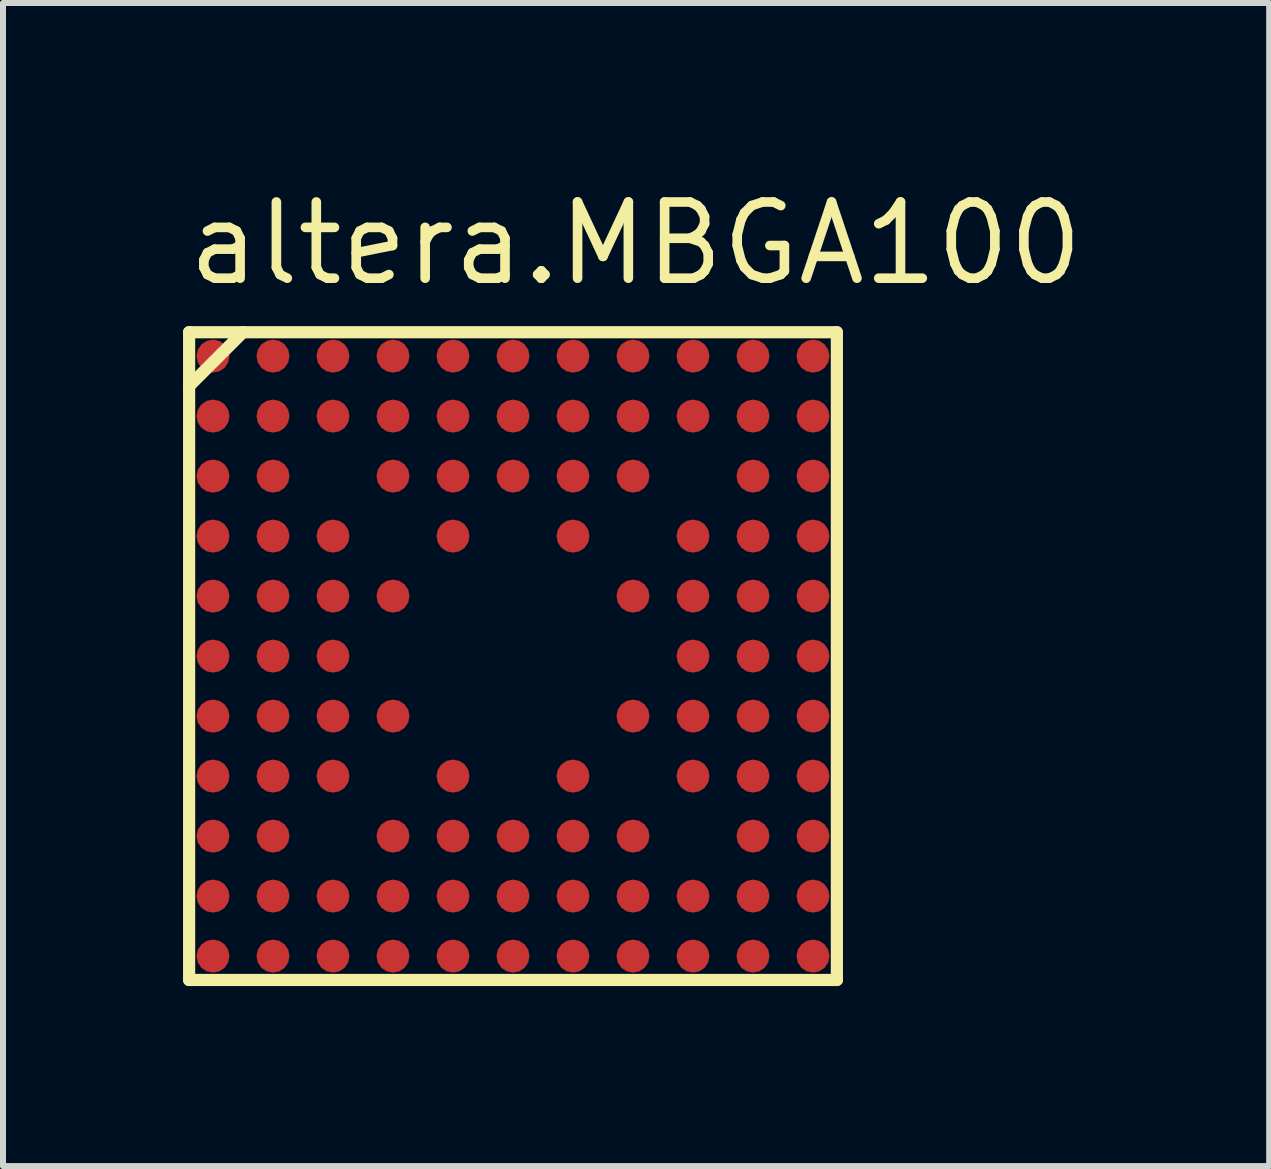
<source format=kicad_pcb>
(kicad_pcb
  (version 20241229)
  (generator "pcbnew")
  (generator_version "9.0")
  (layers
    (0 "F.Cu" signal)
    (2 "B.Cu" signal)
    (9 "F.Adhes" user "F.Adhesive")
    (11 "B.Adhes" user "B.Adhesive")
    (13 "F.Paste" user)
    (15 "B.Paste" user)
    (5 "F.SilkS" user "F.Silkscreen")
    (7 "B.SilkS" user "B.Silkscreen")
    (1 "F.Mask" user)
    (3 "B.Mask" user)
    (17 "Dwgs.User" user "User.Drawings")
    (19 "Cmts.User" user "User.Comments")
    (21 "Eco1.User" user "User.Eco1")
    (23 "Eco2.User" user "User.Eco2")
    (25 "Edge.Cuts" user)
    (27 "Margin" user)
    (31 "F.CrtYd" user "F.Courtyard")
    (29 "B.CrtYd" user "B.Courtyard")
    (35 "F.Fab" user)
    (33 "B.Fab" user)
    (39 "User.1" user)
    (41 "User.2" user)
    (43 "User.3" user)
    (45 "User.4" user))
  (footprint "altera.MBGA100"
    (layer "F.Cu")
    (at 5.5 7.885)
    (property "Reference" "altera.MBGA100" (at -5.5 -6.135 0) (layer "F.SilkS") (effects (font (size 1.27 1.27) (thickness 0.16)) (justify left bottom)))
    (attr smd)
    (fp_circle (center -5 -5) (end -4.775 -5) (stroke (width 0.1) (type default)) (fill no) (layer "F.Mask"))
    (fp_circle (center -5 -4) (end -4.775 -4) (stroke (width 0.1) (type default)) (fill no) (layer "F.Mask"))
    (fp_circle (center -5 -3) (end -4.775 -3) (stroke (width 0.1) (type default)) (fill no) (layer "F.Mask"))
    (fp_circle (center -5 -2) (end -4.775 -2) (stroke (width 0.1) (type default)) (fill no) (layer "F.Mask"))
    (fp_circle (center -5 -1) (end -4.775 -1) (stroke (width 0.1) (type default)) (fill no) (layer "F.Mask"))
    (fp_circle (center -5 0) (end -4.775 0) (stroke (width 0.1) (type default)) (fill no) (layer "F.Mask"))
    (fp_circle (center -5 1) (end -4.775 1) (stroke (width 0.1) (type default)) (fill no) (layer "F.Mask"))
    (fp_circle (center -5 2) (end -4.775 2) (stroke (width 0.1) (type default)) (fill no) (layer "F.Mask"))
    (fp_circle (center -5 3) (end -4.775 3) (stroke (width 0.1) (type default)) (fill no) (layer "F.Mask"))
    (fp_circle (center -5 4) (end -4.775 4) (stroke (width 0.1) (type default)) (fill no) (layer "F.Mask"))
    (fp_circle (center -5 5) (end -4.775 5) (stroke (width 0.1) (type default)) (fill no) (layer "F.Mask"))
    (fp_circle (center -4 -5) (end -3.775 -5) (stroke (width 0.1) (type default)) (fill no) (layer "F.Mask"))
    (fp_circle (center -4 -4) (end -3.775 -4) (stroke (width 0.1) (type default)) (fill no) (layer "F.Mask"))
    (fp_circle (center -4 -3) (end -3.775 -3) (stroke (width 0.1) (type default)) (fill no) (layer "F.Mask"))
    (fp_circle (center -4 -2) (end -3.775 -2) (stroke (width 0.1) (type default)) (fill no) (layer "F.Mask"))
    (fp_circle (center -4 -1) (end -3.775 -1) (stroke (width 0.1) (type default)) (fill no) (layer "F.Mask"))
    (fp_circle (center -4 0) (end -3.775 0) (stroke (width 0.1) (type default)) (fill no) (layer "F.Mask"))
    (fp_circle (center -4 1) (end -3.775 1) (stroke (width 0.1) (type default)) (fill no) (layer "F.Mask"))
    (fp_circle (center -4 2) (end -3.775 2) (stroke (width 0.1) (type default)) (fill no) (layer "F.Mask"))
    (fp_circle (center -4 3) (end -3.775 3) (stroke (width 0.1) (type default)) (fill no) (layer "F.Mask"))
    (fp_circle (center -4 4) (end -3.775 4) (stroke (width 0.1) (type default)) (fill no) (layer "F.Mask"))
    (fp_circle (center -4 5) (end -3.775 5) (stroke (width 0.1) (type default)) (fill no) (layer "F.Mask"))
    (fp_circle (center -3 -5) (end -2.775 -5) (stroke (width 0.1) (type default)) (fill no) (layer "F.Mask"))
    (fp_circle (center -3 -4) (end -2.775 -4) (stroke (width 0.1) (type default)) (fill no) (layer "F.Mask"))
    (fp_circle (center -3 -2) (end -2.775 -2) (stroke (width 0.1) (type default)) (fill no) (layer "F.Mask"))
    (fp_circle (center -3 -1) (end -2.775 -1) (stroke (width 0.1) (type default)) (fill no) (layer "F.Mask"))
    (fp_circle (center -3 0) (end -2.775 0) (stroke (width 0.1) (type default)) (fill no) (layer "F.Mask"))
    (fp_circle (center -3 1) (end -2.775 1) (stroke (width 0.1) (type default)) (fill no) (layer "F.Mask"))
    (fp_circle (center -3 2) (end -2.775 2) (stroke (width 0.1) (type default)) (fill no) (layer "F.Mask"))
    (fp_circle (center -3 4) (end -2.775 4) (stroke (width 0.1) (type default)) (fill no) (layer "F.Mask"))
    (fp_circle (center -3 5) (end -2.775 5) (stroke (width 0.1) (type default)) (fill no) (layer "F.Mask"))
    (fp_circle (center -2 -5) (end -1.775 -5) (stroke (width 0.1) (type default)) (fill no) (layer "F.Mask"))
    (fp_circle (center -2 -4) (end -1.775 -4) (stroke (width 0.1) (type default)) (fill no) (layer "F.Mask"))
    (fp_circle (center -2 -3) (end -1.775 -3) (stroke (width 0.1) (type default)) (fill no) (layer "F.Mask"))
    (fp_circle (center -2 -1) (end -1.775 -1) (stroke (width 0.1) (type default)) (fill no) (layer "F.Mask"))
    (fp_circle (center -2 1) (end -1.775 1) (stroke (width 0.1) (type default)) (fill no) (layer "F.Mask"))
    (fp_circle (center -2 3) (end -1.775 3) (stroke (width 0.1) (type default)) (fill no) (layer "F.Mask"))
    (fp_circle (center -2 4) (end -1.775 4) (stroke (width 0.1) (type default)) (fill no) (layer "F.Mask"))
    (fp_circle (center -2 5) (end -1.775 5) (stroke (width 0.1) (type default)) (fill no) (layer "F.Mask"))
    (fp_circle (center -1 -5) (end -0.775 -5) (stroke (width 0.1) (type default)) (fill no) (layer "F.Mask"))
    (fp_circle (center -1 -4) (end -0.775 -4) (stroke (width 0.1) (type default)) (fill no) (layer "F.Mask"))
    (fp_circle (center -1 -3) (end -0.775 -3) (stroke (width 0.1) (type default)) (fill no) (layer "F.Mask"))
    (fp_circle (center -1 -2) (end -0.775 -2) (stroke (width 0.1) (type default)) (fill no) (layer "F.Mask"))
    (fp_circle (center -1 2) (end -0.775 2) (stroke (width 0.1) (type default)) (fill no) (layer "F.Mask"))
    (fp_circle (center -1 3) (end -0.775 3) (stroke (width 0.1) (type default)) (fill no) (layer "F.Mask"))
    (fp_circle (center -1 4) (end -0.775 4) (stroke (width 0.1) (type default)) (fill no) (layer "F.Mask"))
    (fp_circle (center -1 5) (end -0.775 5) (stroke (width 0.1) (type default)) (fill no) (layer "F.Mask"))
    (fp_circle (center 0 -5) (end 0.225 -5) (stroke (width 0.1) (type default)) (fill no) (layer "F.Mask"))
    (fp_circle (center 0 -4) (end 0.225 -4) (stroke (width 0.1) (type default)) (fill no) (layer "F.Mask"))
    (fp_circle (center 0 -3) (end 0.225 -3) (stroke (width 0.1) (type default)) (fill no) (layer "F.Mask"))
    (fp_circle (center 0 3) (end 0.225 3) (stroke (width 0.1) (type default)) (fill no) (layer "F.Mask"))
    (fp_circle (center 0 4) (end 0.225 4) (stroke (width 0.1) (type default)) (fill no) (layer "F.Mask"))
    (fp_circle (center 0 5) (end 0.225 5) (stroke (width 0.1) (type default)) (fill no) (layer "F.Mask"))
    (fp_circle (center 1 -5) (end 1.225 -5) (stroke (width 0.1) (type default)) (fill no) (layer "F.Mask"))
    (fp_circle (center 1 -4) (end 1.225 -4) (stroke (width 0.1) (type default)) (fill no) (layer "F.Mask"))
    (fp_circle (center 1 -3) (end 1.225 -3) (stroke (width 0.1) (type default)) (fill no) (layer "F.Mask"))
    (fp_circle (center 1 -2) (end 1.225 -2) (stroke (width 0.1) (type default)) (fill no) (layer "F.Mask"))
    (fp_circle (center 1 2) (end 1.225 2) (stroke (width 0.1) (type default)) (fill no) (layer "F.Mask"))
    (fp_circle (center 1 3) (end 1.225 3) (stroke (width 0.1) (type default)) (fill no) (layer "F.Mask"))
    (fp_circle (center 1 4) (end 1.225 4) (stroke (width 0.1) (type default)) (fill no) (layer "F.Mask"))
    (fp_circle (center 1 5) (end 1.225 5) (stroke (width 0.1) (type default)) (fill no) (layer "F.Mask"))
    (fp_circle (center 2 -5) (end 2.225 -5) (stroke (width 0.1) (type default)) (fill no) (layer "F.Mask"))
    (fp_circle (center 2 -4) (end 2.225 -4) (stroke (width 0.1) (type default)) (fill no) (layer "F.Mask"))
    (fp_circle (center 2 -3) (end 2.225 -3) (stroke (width 0.1) (type default)) (fill no) (layer "F.Mask"))
    (fp_circle (center 2 -1) (end 2.225 -1) (stroke (width 0.1) (type default)) (fill no) (layer "F.Mask"))
    (fp_circle (center 2 1) (end 2.225 1) (stroke (width 0.1) (type default)) (fill no) (layer "F.Mask"))
    (fp_circle (center 2 3) (end 2.225 3) (stroke (width 0.1) (type default)) (fill no) (layer "F.Mask"))
    (fp_circle (center 2 4) (end 2.225 4) (stroke (width 0.1) (type default)) (fill no) (layer "F.Mask"))
    (fp_circle (center 2 5) (end 2.225 5) (stroke (width 0.1) (type default)) (fill no) (layer "F.Mask"))
    (fp_circle (center 3 -5) (end 3.225 -5) (stroke (width 0.1) (type default)) (fill no) (layer "F.Mask"))
    (fp_circle (center 3 -4) (end 3.225 -4) (stroke (width 0.1) (type default)) (fill no) (layer "F.Mask"))
    (fp_circle (center 3 -2) (end 3.225 -2) (stroke (width 0.1) (type default)) (fill no) (layer "F.Mask"))
    (fp_circle (center 3 -1) (end 3.225 -1) (stroke (width 0.1) (type default)) (fill no) (layer "F.Mask"))
    (fp_circle (center 3 0) (end 3.225 0) (stroke (width 0.1) (type default)) (fill no) (layer "F.Mask"))
    (fp_circle (center 3 1) (end 3.225 1) (stroke (width 0.1) (type default)) (fill no) (layer "F.Mask"))
    (fp_circle (center 3 2) (end 3.225 2) (stroke (width 0.1) (type default)) (fill no) (layer "F.Mask"))
    (fp_circle (center 3 4) (end 3.225 4) (stroke (width 0.1) (type default)) (fill no) (layer "F.Mask"))
    (fp_circle (center 3 5) (end 3.225 5) (stroke (width 0.1) (type default)) (fill no) (layer "F.Mask"))
    (fp_circle (center 4 -5) (end 4.225 -5) (stroke (width 0.1) (type default)) (fill no) (layer "F.Mask"))
    (fp_circle (center 4 -4) (end 4.225 -4) (stroke (width 0.1) (type default)) (fill no) (layer "F.Mask"))
    (fp_circle (center 4 -3) (end 4.225 -3) (stroke (width 0.1) (type default)) (fill no) (layer "F.Mask"))
    (fp_circle (center 4 -2) (end 4.225 -2) (stroke (width 0.1) (type default)) (fill no) (layer "F.Mask"))
    (fp_circle (center 4 -1) (end 4.225 -1) (stroke (width 0.1) (type default)) (fill no) (layer "F.Mask"))
    (fp_circle (center 4 0) (end 4.225 0) (stroke (width 0.1) (type default)) (fill no) (layer "F.Mask"))
    (fp_circle (center 4 1) (end 4.225 1) (stroke (width 0.1) (type default)) (fill no) (layer "F.Mask"))
    (fp_circle (center 4 2) (end 4.225 2) (stroke (width 0.1) (type default)) (fill no) (layer "F.Mask"))
    (fp_circle (center 4 3) (end 4.225 3) (stroke (width 0.1) (type default)) (fill no) (layer "F.Mask"))
    (fp_circle (center 4 4) (end 4.225 4) (stroke (width 0.1) (type default)) (fill no) (layer "F.Mask"))
    (fp_circle (center 4 5) (end 4.225 5) (stroke (width 0.1) (type default)) (fill no) (layer "F.Mask"))
    (fp_circle (center 5 -5) (end 5.225 -5) (stroke (width 0.1) (type default)) (fill no) (layer "F.Mask"))
    (fp_circle (center 5 -4) (end 5.225 -4) (stroke (width 0.1) (type default)) (fill no) (layer "F.Mask"))
    (fp_circle (center 5 -3) (end 5.225 -3) (stroke (width 0.1) (type default)) (fill no) (layer "F.Mask"))
    (fp_circle (center 5 -2) (end 5.225 -2) (stroke (width 0.1) (type default)) (fill no) (layer "F.Mask"))
    (fp_circle (center 5 -1) (end 5.225 -1) (stroke (width 0.1) (type default)) (fill no) (layer "F.Mask"))
    (fp_circle (center 5 0) (end 5.225 0) (stroke (width 0.1) (type default)) (fill no) (layer "F.Mask"))
    (fp_circle (center 5 1) (end 5.225 1) (stroke (width 0.1) (type default)) (fill no) (layer "F.Mask"))
    (fp_circle (center 5 2) (end 5.225 2) (stroke (width 0.1) (type default)) (fill no) (layer "F.Mask"))
    (fp_circle (center 5 3) (end 5.225 3) (stroke (width 0.1) (type default)) (fill no) (layer "F.Mask"))
    (fp_circle (center 5 4) (end 5.225 4) (stroke (width 0.1) (type default)) (fill no) (layer "F.Mask"))
    (fp_circle (center 5 5) (end 5.225 5) (stroke (width 0.1) (type default)) (fill no) (layer "F.Mask"))
    (fp_line (start -5.398 -5.398) (end -5.398 -4.5) (stroke (width 0.203) (type default)) (layer "F.SilkS"))
    (fp_line (start -5.398 -4.5) (end -5.398 5.398) (stroke (width 0.203) (type default)) (layer "F.SilkS"))
    (fp_line (start -5.398 -4.5) (end -4.5 -5.398) (stroke (width 0.203) (type default)) (layer "F.SilkS"))
    (fp_line (start -5.398 5.398) (end 5.398 5.398) (stroke (width 0.203) (type default)) (layer "F.SilkS"))
    (fp_line (start -4.5 -5.398) (end -5.398 -5.398) (stroke (width 0.203) (type default)) (layer "F.SilkS"))
    (fp_line (start 5.398 -5.398) (end -4.5 -5.398) (stroke (width 0.203) (type default)) (layer "F.SilkS"))
    (fp_line (start 5.398 5.398) (end 5.398 -5.398) (stroke (width 0.203) (type default)) (layer "F.SilkS"))
    (pad "A1" smd roundrect (at -5 -5) (size 0.55 0.55) (layers "F.Cu" "F.Mask" "F.Paste") (roundrect_rratio 0.5))
    (pad "A2" smd roundrect (at -4 -5) (size 0.55 0.55) (layers "F.Cu" "F.Mask" "F.Paste") (roundrect_rratio 0.5))
    (pad "A3" smd roundrect (at -3 -5) (size 0.55 0.55) (layers "F.Cu" "F.Mask" "F.Paste") (roundrect_rratio 0.5))
    (pad "A4" smd roundrect (at -2 -5) (size 0.55 0.55) (layers "F.Cu" "F.Mask" "F.Paste") (roundrect_rratio 0.5))
    (pad "A5" smd roundrect (at -1 -5) (size 0.55 0.55) (layers "F.Cu" "F.Mask" "F.Paste") (roundrect_rratio 0.5))
    (pad "A6" smd roundrect (at 0 -5) (size 0.55 0.55) (layers "F.Cu" "F.Mask" "F.Paste") (roundrect_rratio 0.5))
    (pad "A7" smd roundrect (at 1 -5) (size 0.55 0.55) (layers "F.Cu" "F.Mask" "F.Paste") (roundrect_rratio 0.5))
    (pad "A8" smd roundrect (at 2 -5) (size 0.55 0.55) (layers "F.Cu" "F.Mask" "F.Paste") (roundrect_rratio 0.5))
    (pad "A9" smd roundrect (at 3 -5) (size 0.55 0.55) (layers "F.Cu" "F.Mask" "F.Paste") (roundrect_rratio 0.5))
    (pad "A10" smd roundrect (at 4 -5) (size 0.55 0.55) (layers "F.Cu" "F.Mask" "F.Paste") (roundrect_rratio 0.5))
    (pad "A11" smd roundrect (at 5 -5) (size 0.55 0.55) (layers "F.Cu" "F.Mask" "F.Paste") (roundrect_rratio 0.5))
    (pad "B1" smd roundrect (at -5 -4) (size 0.55 0.55) (layers "F.Cu" "F.Mask" "F.Paste") (roundrect_rratio 0.5))
    (pad "B2" smd roundrect (at -4 -4) (size 0.55 0.55) (layers "F.Cu" "F.Mask" "F.Paste") (roundrect_rratio 0.5))
    (pad "B3" smd roundrect (at -3 -4) (size 0.55 0.55) (layers "F.Cu" "F.Mask" "F.Paste") (roundrect_rratio 0.5))
    (pad "B4" smd roundrect (at -2 -4) (size 0.55 0.55) (layers "F.Cu" "F.Mask" "F.Paste") (roundrect_rratio 0.5))
    (pad "B5" smd roundrect (at -1 -4) (size 0.55 0.55) (layers "F.Cu" "F.Mask" "F.Paste") (roundrect_rratio 0.5))
    (pad "B6" smd roundrect (at 0 -4) (size 0.55 0.55) (layers "F.Cu" "F.Mask" "F.Paste") (roundrect_rratio 0.5))
    (pad "B7" smd roundrect (at 1 -4) (size 0.55 0.55) (layers "F.Cu" "F.Mask" "F.Paste") (roundrect_rratio 0.5))
    (pad "B8" smd roundrect (at 2 -4) (size 0.55 0.55) (layers "F.Cu" "F.Mask" "F.Paste") (roundrect_rratio 0.5))
    (pad "B9" smd roundrect (at 3 -4) (size 0.55 0.55) (layers "F.Cu" "F.Mask" "F.Paste") (roundrect_rratio 0.5))
    (pad "B10" smd roundrect (at 4 -4) (size 0.55 0.55) (layers "F.Cu" "F.Mask" "F.Paste") (roundrect_rratio 0.5))
    (pad "B11" smd roundrect (at 5 -4) (size 0.55 0.55) (layers "F.Cu" "F.Mask" "F.Paste") (roundrect_rratio 0.5))
    (pad "C1" smd roundrect (at -5 -3) (size 0.55 0.55) (layers "F.Cu" "F.Mask" "F.Paste") (roundrect_rratio 0.5))
    (pad "C2" smd roundrect (at -4 -3) (size 0.55 0.55) (layers "F.Cu" "F.Mask" "F.Paste") (roundrect_rratio 0.5))
    (pad "C4" smd roundrect (at -2 -3) (size 0.55 0.55) (layers "F.Cu" "F.Mask" "F.Paste") (roundrect_rratio 0.5))
    (pad "C5" smd roundrect (at -1 -3) (size 0.55 0.55) (layers "F.Cu" "F.Mask" "F.Paste") (roundrect_rratio 0.5))
    (pad "C6" smd roundrect (at 0 -3) (size 0.55 0.55) (layers "F.Cu" "F.Mask" "F.Paste") (roundrect_rratio 0.5))
    (pad "C7" smd roundrect (at 1 -3) (size 0.55 0.55) (layers "F.Cu" "F.Mask" "F.Paste") (roundrect_rratio 0.5))
    (pad "C8" smd roundrect (at 2 -3) (size 0.55 0.55) (layers "F.Cu" "F.Mask" "F.Paste") (roundrect_rratio 0.5))
    (pad "C10" smd roundrect (at 4 -3) (size 0.55 0.55) (layers "F.Cu" "F.Mask" "F.Paste") (roundrect_rratio 0.5))
    (pad "C11" smd roundrect (at 5 -3) (size 0.55 0.55) (layers "F.Cu" "F.Mask" "F.Paste") (roundrect_rratio 0.5))
    (pad "D1" smd roundrect (at -5 -2) (size 0.55 0.55) (layers "F.Cu" "F.Mask" "F.Paste") (roundrect_rratio 0.5))
    (pad "D2" smd roundrect (at -4 -2) (size 0.55 0.55) (layers "F.Cu" "F.Mask" "F.Paste") (roundrect_rratio 0.5))
    (pad "D3" smd roundrect (at -3 -2) (size 0.55 0.55) (layers "F.Cu" "F.Mask" "F.Paste") (roundrect_rratio 0.5))
    (pad "D5" smd roundrect (at -1 -2) (size 0.55 0.55) (layers "F.Cu" "F.Mask" "F.Paste") (roundrect_rratio 0.5))
    (pad "D7" smd roundrect (at 1 -2) (size 0.55 0.55) (layers "F.Cu" "F.Mask" "F.Paste") (roundrect_rratio 0.5))
    (pad "D9" smd roundrect (at 3 -2) (size 0.55 0.55) (layers "F.Cu" "F.Mask" "F.Paste") (roundrect_rratio 0.5))
    (pad "D10" smd roundrect (at 4 -2) (size 0.55 0.55) (layers "F.Cu" "F.Mask" "F.Paste") (roundrect_rratio 0.5))
    (pad "D11" smd roundrect (at 5 -2) (size 0.55 0.55) (layers "F.Cu" "F.Mask" "F.Paste") (roundrect_rratio 0.5))
    (pad "E1" smd roundrect (at -5 -1) (size 0.55 0.55) (layers "F.Cu" "F.Mask" "F.Paste") (roundrect_rratio 0.5))
    (pad "E2" smd roundrect (at -4 -1) (size 0.55 0.55) (layers "F.Cu" "F.Mask" "F.Paste") (roundrect_rratio 0.5))
    (pad "E3" smd roundrect (at -3 -1) (size 0.55 0.55) (layers "F.Cu" "F.Mask" "F.Paste") (roundrect_rratio 0.5))
    (pad "E4" smd roundrect (at -2 -1) (size 0.55 0.55) (layers "F.Cu" "F.Mask" "F.Paste") (roundrect_rratio 0.5))
    (pad "E8" smd roundrect (at 2 -1) (size 0.55 0.55) (layers "F.Cu" "F.Mask" "F.Paste") (roundrect_rratio 0.5))
    (pad "E9" smd roundrect (at 3 -1) (size 0.55 0.55) (layers "F.Cu" "F.Mask" "F.Paste") (roundrect_rratio 0.5))
    (pad "E10" smd roundrect (at 4 -1) (size 0.55 0.55) (layers "F.Cu" "F.Mask" "F.Paste") (roundrect_rratio 0.5))
    (pad "E11" smd roundrect (at 5 -1) (size 0.55 0.55) (layers "F.Cu" "F.Mask" "F.Paste") (roundrect_rratio 0.5))
    (pad "F1" smd roundrect (at -5 0) (size 0.55 0.55) (layers "F.Cu" "F.Mask" "F.Paste") (roundrect_rratio 0.5))
    (pad "F2" smd roundrect (at -4 0) (size 0.55 0.55) (layers "F.Cu" "F.Mask" "F.Paste") (roundrect_rratio 0.5))
    (pad "F3" smd roundrect (at -3 0) (size 0.55 0.55) (layers "F.Cu" "F.Mask" "F.Paste") (roundrect_rratio 0.5))
    (pad "F9" smd roundrect (at 3 0) (size 0.55 0.55) (layers "F.Cu" "F.Mask" "F.Paste") (roundrect_rratio 0.5))
    (pad "F10" smd roundrect (at 4 0) (size 0.55 0.55) (layers "F.Cu" "F.Mask" "F.Paste") (roundrect_rratio 0.5))
    (pad "F11" smd roundrect (at 5 0) (size 0.55 0.55) (layers "F.Cu" "F.Mask" "F.Paste") (roundrect_rratio 0.5))
    (pad "G1" smd roundrect (at -5 1) (size 0.55 0.55) (layers "F.Cu" "F.Mask" "F.Paste") (roundrect_rratio 0.5))
    (pad "G2" smd roundrect (at -4 1) (size 0.55 0.55) (layers "F.Cu" "F.Mask" "F.Paste") (roundrect_rratio 0.5))
    (pad "G3" smd roundrect (at -3 1) (size 0.55 0.55) (layers "F.Cu" "F.Mask" "F.Paste") (roundrect_rratio 0.5))
    (pad "G4" smd roundrect (at -2 1) (size 0.55 0.55) (layers "F.Cu" "F.Mask" "F.Paste") (roundrect_rratio 0.5))
    (pad "G8" smd roundrect (at 2 1) (size 0.55 0.55) (layers "F.Cu" "F.Mask" "F.Paste") (roundrect_rratio 0.5))
    (pad "G9" smd roundrect (at 3 1) (size 0.55 0.55) (layers "F.Cu" "F.Mask" "F.Paste") (roundrect_rratio 0.5))
    (pad "G10" smd roundrect (at 4 1) (size 0.55 0.55) (layers "F.Cu" "F.Mask" "F.Paste") (roundrect_rratio 0.5))
    (pad "G11" smd roundrect (at 5 1) (size 0.55 0.55) (layers "F.Cu" "F.Mask" "F.Paste") (roundrect_rratio 0.5))
    (pad "H1" smd roundrect (at -5 2) (size 0.55 0.55) (layers "F.Cu" "F.Mask" "F.Paste") (roundrect_rratio 0.5))
    (pad "H2" smd roundrect (at -4 2) (size 0.55 0.55) (layers "F.Cu" "F.Mask" "F.Paste") (roundrect_rratio 0.5))
    (pad "H3" smd roundrect (at -3 2) (size 0.55 0.55) (layers "F.Cu" "F.Mask" "F.Paste") (roundrect_rratio 0.5))
    (pad "H5" smd roundrect (at -1 2) (size 0.55 0.55) (layers "F.Cu" "F.Mask" "F.Paste") (roundrect_rratio 0.5))
    (pad "H7" smd roundrect (at 1 2) (size 0.55 0.55) (layers "F.Cu" "F.Mask" "F.Paste") (roundrect_rratio 0.5))
    (pad "H9" smd roundrect (at 3 2) (size 0.55 0.55) (layers "F.Cu" "F.Mask" "F.Paste") (roundrect_rratio 0.5))
    (pad "H10" smd roundrect (at 4 2) (size 0.55 0.55) (layers "F.Cu" "F.Mask" "F.Paste") (roundrect_rratio 0.5))
    (pad "H11" smd roundrect (at 5 2) (size 0.55 0.55) (layers "F.Cu" "F.Mask" "F.Paste") (roundrect_rratio 0.5))
    (pad "J1" smd roundrect (at -5 3) (size 0.55 0.55) (layers "F.Cu" "F.Mask" "F.Paste") (roundrect_rratio 0.5))
    (pad "J2" smd roundrect (at -4 3) (size 0.55 0.55) (layers "F.Cu" "F.Mask" "F.Paste") (roundrect_rratio 0.5))
    (pad "J4" smd roundrect (at -2 3) (size 0.55 0.55) (layers "F.Cu" "F.Mask" "F.Paste") (roundrect_rratio 0.5))
    (pad "J5" smd roundrect (at -1 3) (size 0.55 0.55) (layers "F.Cu" "F.Mask" "F.Paste") (roundrect_rratio 0.5))
    (pad "J6" smd roundrect (at 0 3) (size 0.55 0.55) (layers "F.Cu" "F.Mask" "F.Paste") (roundrect_rratio 0.5))
    (pad "J7" smd roundrect (at 1 3) (size 0.55 0.55) (layers "F.Cu" "F.Mask" "F.Paste") (roundrect_rratio 0.5))
    (pad "J8" smd roundrect (at 2 3) (size 0.55 0.55) (layers "F.Cu" "F.Mask" "F.Paste") (roundrect_rratio 0.5))
    (pad "J10" smd roundrect (at 4 3) (size 0.55 0.55) (layers "F.Cu" "F.Mask" "F.Paste") (roundrect_rratio 0.5))
    (pad "J11" smd roundrect (at 5 3) (size 0.55 0.55) (layers "F.Cu" "F.Mask" "F.Paste") (roundrect_rratio 0.5))
    (pad "K1" smd roundrect (at -5 4) (size 0.55 0.55) (layers "F.Cu" "F.Mask" "F.Paste") (roundrect_rratio 0.5))
    (pad "K2" smd roundrect (at -4 4) (size 0.55 0.55) (layers "F.Cu" "F.Mask" "F.Paste") (roundrect_rratio 0.5))
    (pad "K3" smd roundrect (at -3 4) (size 0.55 0.55) (layers "F.Cu" "F.Mask" "F.Paste") (roundrect_rratio 0.5))
    (pad "K4" smd roundrect (at -2 4) (size 0.55 0.55) (layers "F.Cu" "F.Mask" "F.Paste") (roundrect_rratio 0.5))
    (pad "K5" smd roundrect (at -1 4) (size 0.55 0.55) (layers "F.Cu" "F.Mask" "F.Paste") (roundrect_rratio 0.5))
    (pad "K6" smd roundrect (at 0 4) (size 0.55 0.55) (layers "F.Cu" "F.Mask" "F.Paste") (roundrect_rratio 0.5))
    (pad "K7" smd roundrect (at 1 4) (size 0.55 0.55) (layers "F.Cu" "F.Mask" "F.Paste") (roundrect_rratio 0.5))
    (pad "K8" smd roundrect (at 2 4) (size 0.55 0.55) (layers "F.Cu" "F.Mask" "F.Paste") (roundrect_rratio 0.5))
    (pad "K9" smd roundrect (at 3 4) (size 0.55 0.55) (layers "F.Cu" "F.Mask" "F.Paste") (roundrect_rratio 0.5))
    (pad "K10" smd roundrect (at 4 4) (size 0.55 0.55) (layers "F.Cu" "F.Mask" "F.Paste") (roundrect_rratio 0.5))
    (pad "K11" smd roundrect (at 5 4) (size 0.55 0.55) (layers "F.Cu" "F.Mask" "F.Paste") (roundrect_rratio 0.5))
    (pad "L1" smd roundrect (at -5 5) (size 0.55 0.55) (layers "F.Cu" "F.Mask" "F.Paste") (roundrect_rratio 0.5))
    (pad "L2" smd roundrect (at -4 5) (size 0.55 0.55) (layers "F.Cu" "F.Mask" "F.Paste") (roundrect_rratio 0.5))
    (pad "L3" smd roundrect (at -3 5) (size 0.55 0.55) (layers "F.Cu" "F.Mask" "F.Paste") (roundrect_rratio 0.5))
    (pad "L4" smd roundrect (at -2 5) (size 0.55 0.55) (layers "F.Cu" "F.Mask" "F.Paste") (roundrect_rratio 0.5))
    (pad "L5" smd roundrect (at -1 5) (size 0.55 0.55) (layers "F.Cu" "F.Mask" "F.Paste") (roundrect_rratio 0.5))
    (pad "L6" smd roundrect (at 0 5) (size 0.55 0.55) (layers "F.Cu" "F.Mask" "F.Paste") (roundrect_rratio 0.5))
    (pad "L7" smd roundrect (at 1 5) (size 0.55 0.55) (layers "F.Cu" "F.Mask" "F.Paste") (roundrect_rratio 0.5))
    (pad "L8" smd roundrect (at 2 5) (size 0.55 0.55) (layers "F.Cu" "F.Mask" "F.Paste") (roundrect_rratio 0.5))
    (pad "L9" smd roundrect (at 3 5) (size 0.55 0.55) (layers "F.Cu" "F.Mask" "F.Paste") (roundrect_rratio 0.5))
    (pad "L10" smd roundrect (at 4 5) (size 0.55 0.55) (layers "F.Cu" "F.Mask" "F.Paste") (roundrect_rratio 0.5))
    (pad "L11" smd roundrect (at 5 5) (size 0.55 0.55) (layers "F.Cu" "F.Mask" "F.Paste") (roundrect_rratio 0.5)))
  (gr_rect
    (start -3 -3)
    (end 18.103 16.385)
    (stroke (width 0.1) (type default))
    (fill no)
    (layer "Edge.Cuts")))
</source>
